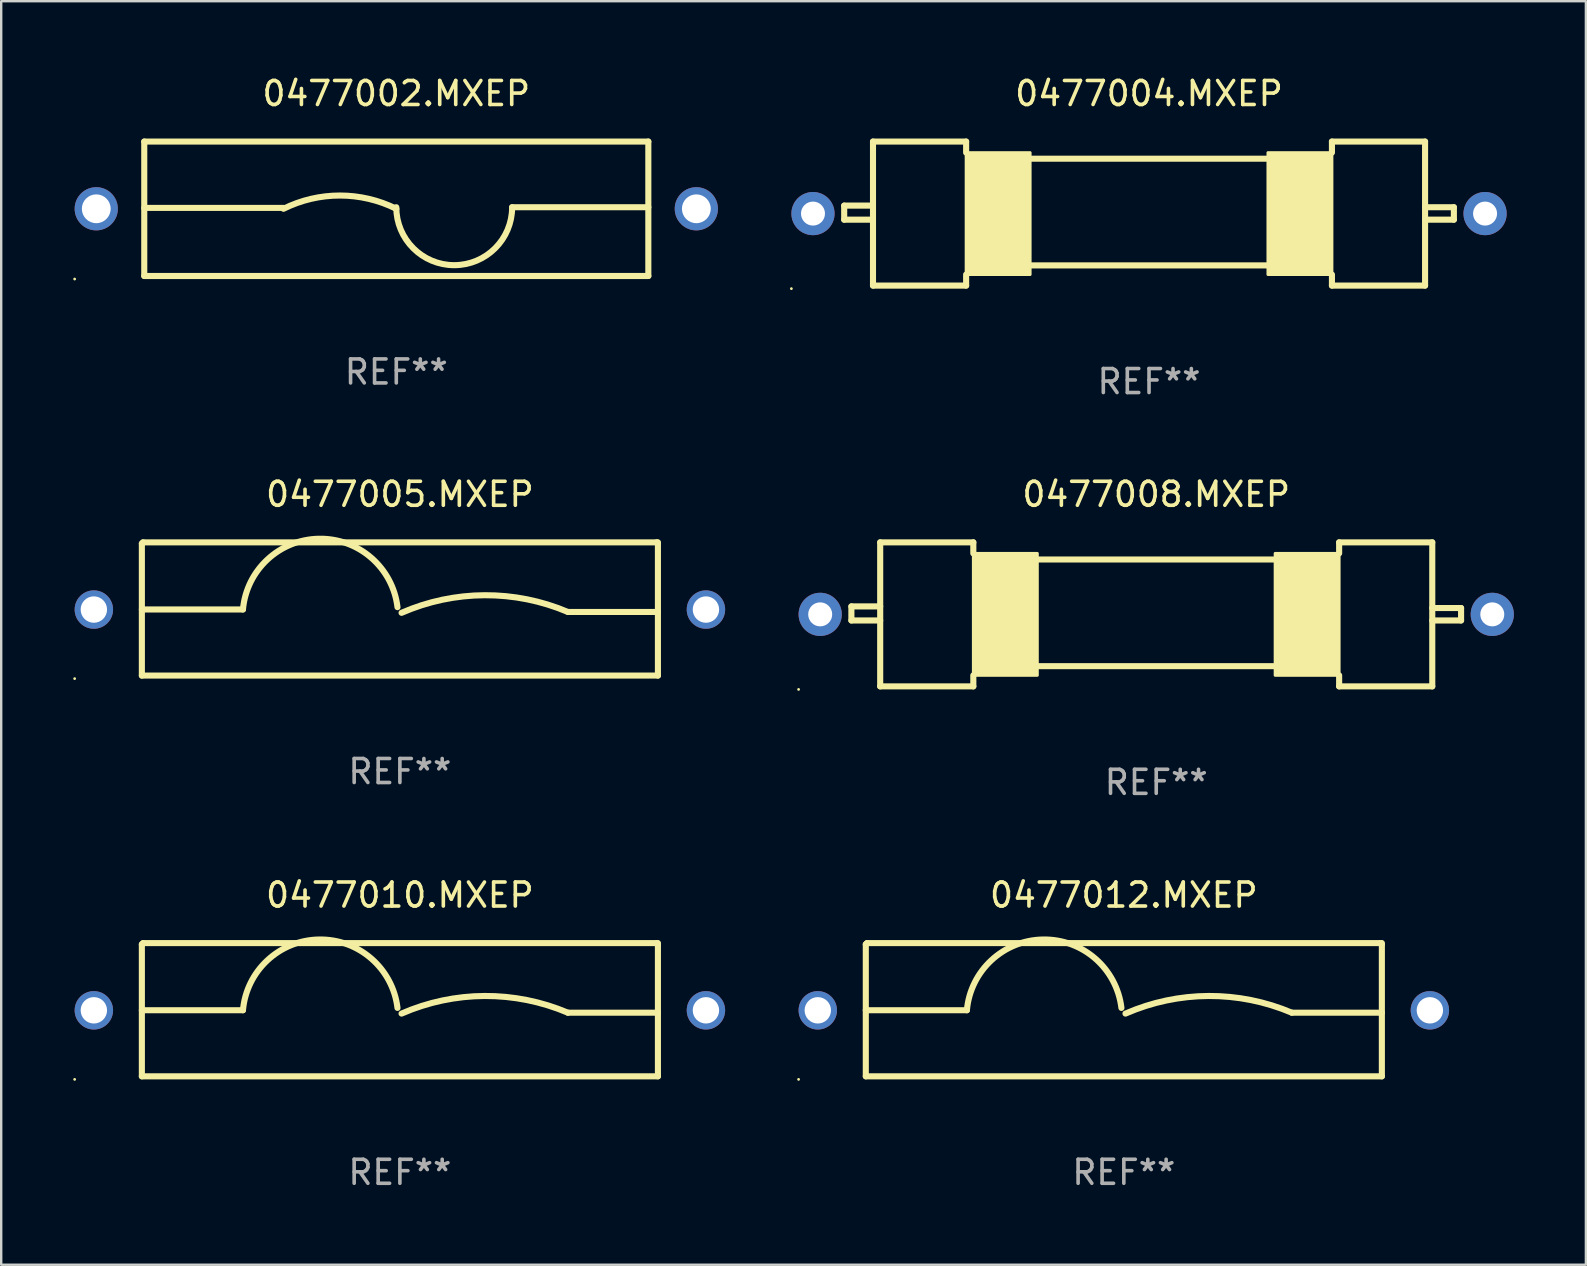
<source format=kicad_pcb>
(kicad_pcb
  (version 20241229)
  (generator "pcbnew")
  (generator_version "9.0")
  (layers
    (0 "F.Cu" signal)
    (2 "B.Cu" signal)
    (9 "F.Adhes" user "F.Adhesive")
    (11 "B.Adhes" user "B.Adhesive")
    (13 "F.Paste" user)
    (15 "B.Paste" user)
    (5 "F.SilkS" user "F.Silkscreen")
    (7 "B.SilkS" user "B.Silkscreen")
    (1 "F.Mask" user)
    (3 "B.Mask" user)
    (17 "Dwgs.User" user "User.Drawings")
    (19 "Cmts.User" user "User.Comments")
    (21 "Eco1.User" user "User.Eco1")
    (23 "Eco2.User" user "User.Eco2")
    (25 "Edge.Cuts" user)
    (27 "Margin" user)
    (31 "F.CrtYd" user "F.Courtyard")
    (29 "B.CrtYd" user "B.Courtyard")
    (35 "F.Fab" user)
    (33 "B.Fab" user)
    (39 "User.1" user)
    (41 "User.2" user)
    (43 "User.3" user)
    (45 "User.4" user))
  (footprint "0477005.MXEP"
    (layer "F.Cu")
    (at 13.61 22.32)
    (property "Reference" "0477005.MXEP" (at 0 -4.775 0) (layer "F.SilkS") (effects (font (size 1 1) (thickness 0.15))))
    (attr through_hole)
    (fp_line (start -10.75 -2.725) (end -10.7 -2.775) (stroke (width 0.254) (type solid)) (layer "F.SilkS"))
    (fp_line (start -10.75 2.775) (end -10.75 -2.725) (stroke (width 0.254) (type solid)) (layer "F.SilkS"))
    (fp_line (start -10.75 2.775) (end 10.75 2.775) (stroke (width 0.254) (type solid)) (layer "F.SilkS"))
    (fp_line (start -10.7 -2.775) (end 10.7 -2.775) (stroke (width 0.254) (type solid)) (layer "F.SilkS"))
    (fp_line (start -6.538 0.021) (end -10.75 0.021) (stroke (width 0.254) (type solid)) (layer "F.SilkS"))
    (fp_line (start 7 0.125) (end 10.75 0.125) (stroke (width 0.254) (type solid)) (layer "F.SilkS"))
    (fp_line (start 10.7 -2.775) (end 10.75 -2.725) (stroke (width 0.254) (type solid)) (layer "F.SilkS"))
    (fp_line (start 10.75 2.775) (end 10.75 -2.775) (stroke (width 0.254) (type solid)) (layer "F.SilkS"))
    (fp_arc (start -6.538277 0.020573) (mid -3.362163 -2.925392) (end -0.1 -0.075006) (stroke (width 0.254001) (type solid)) (layer "F.SilkS"))
    (fp_arc (start 0.069571 0.160528) (mid 3.531132 -0.572293) (end 7.000025 0.124994) (stroke (width 0.254001) (type solid)) (layer "F.SilkS"))
    (fp_circle (center -13.55 2.902) (end -13.52 2.902) (stroke (width 0.06) (type solid)) (fill no) (layer "F.SilkS"))
    (fp_text user "REF**" (at 0 6.775 0) (layer "F.Fab") (effects (font (size 1 1) (thickness 0.15))))
    (pad "1" thru_hole circle (at -12.75 0.025) (size 1.6 1.6) (drill 1.1) (layers "*.Cu" "*.Mask"))
    (pad "2" thru_hole circle (at 12.75 0.025) (size 1.6 1.6) (drill 1.1) (layers "*.Cu" "*.Mask")))
  (footprint "0477002.MXEP"
    (layer "F.Cu")
    (at 13.46 5.648)
    (property "Reference" "0477002.MXEP" (at 0 -4.8 0) (layer "F.SilkS") (effects (font (size 1 1) (thickness 0.15))))
    (attr through_hole)
    (fp_line (start -10.5 -2.8) (end 10.5 -2.8) (stroke (width 0.254) (type solid)) (layer "F.SilkS"))
    (fp_line (start -10.5 -0.037) (end -4.699 -0.037) (stroke (width 0.254) (type solid)) (layer "F.SilkS"))
    (fp_line (start -10.5 2.8) (end -10.5 -2.8) (stroke (width 0.254) (type solid)) (layer "F.SilkS"))
    (fp_line (start -10.5 2.8) (end 10.5 2.8) (stroke (width 0.254) (type solid)) (layer "F.SilkS"))
    (fp_line (start 4.826 -0.064) (end 10.5 -0.064) (stroke (width 0.254) (type solid)) (layer "F.SilkS"))
    (fp_line (start 10.5 2.8) (end 10.5 -2.8) (stroke (width 0.254) (type solid)) (layer "F.SilkS"))
    (fp_arc (start -4.699009 0) (mid -2.349505 -0.552287) (end 0 0) (stroke (width 0.254001) (type solid)) (layer "F.SilkS"))
    (fp_arc (start 4.82601 -0.063551) (mid 2.413005 2.349454) (end 0 -0.063551) (stroke (width 0.254001) (type solid)) (layer "F.SilkS"))
    (fp_circle (center -13.4 2.927) (end -13.37 2.927) (stroke (width 0.06) (type solid)) (fill no) (layer "F.SilkS"))
    (fp_text user "REF**" (at 0 6.8 0) (layer "F.Fab") (effects (font (size 1 1) (thickness 0.15))))
    (pad "1" thru_hole circle (at -12.5 0) (size 1.8 1.8) (drill 1.2) (layers "*.Cu" "*.Mask"))
    (pad "2" thru_hole circle (at 12.5 0) (size 1.8 1.8) (drill 1.2) (layers "*.Cu" "*.Mask")))
  (footprint "0477012.MXEP"
    (layer "F.Cu")
    (at 43.77 39.016)
    (property "Reference" "0477012.MXEP" (at 0 -4.775 0) (layer "F.SilkS") (effects (font (size 1 1) (thickness 0.15))))
    (attr through_hole)
    (fp_line (start -10.75 -2.725) (end -10.7 -2.775) (stroke (width 0.254) (type solid)) (layer "F.SilkS"))
    (fp_line (start -10.75 2.775) (end -10.75 -2.725) (stroke (width 0.254) (type solid)) (layer "F.SilkS"))
    (fp_line (start -10.75 2.775) (end 10.75 2.775) (stroke (width 0.254) (type solid)) (layer "F.SilkS"))
    (fp_line (start -10.7 -2.775) (end 10.7 -2.775) (stroke (width 0.254) (type solid)) (layer "F.SilkS"))
    (fp_line (start -6.538 0.021) (end -10.75 0.021) (stroke (width 0.254) (type solid)) (layer "F.SilkS"))
    (fp_line (start 7 0.125) (end 10.75 0.125) (stroke (width 0.254) (type solid)) (layer "F.SilkS"))
    (fp_line (start 10.7 -2.775) (end 10.75 -2.725) (stroke (width 0.254) (type solid)) (layer "F.SilkS"))
    (fp_line (start 10.75 2.775) (end 10.75 -2.775) (stroke (width 0.254) (type solid)) (layer "F.SilkS"))
    (fp_arc (start -6.538277 0.020573) (mid -3.362163 -2.925392) (end -0.1 -0.075006) (stroke (width 0.254001) (type solid)) (layer "F.SilkS"))
    (fp_arc (start 0.069571 0.160528) (mid 3.531132 -0.572293) (end 7.000025 0.124994) (stroke (width 0.254001) (type solid)) (layer "F.SilkS"))
    (fp_circle (center -13.55 2.902) (end -13.52 2.902) (stroke (width 0.06) (type solid)) (fill no) (layer "F.SilkS"))
    (fp_text user "REF**" (at 0 6.775 0) (layer "F.Fab") (effects (font (size 1 1) (thickness 0.15))))
    (pad "1" thru_hole circle (at -12.75 0.025) (size 1.6 1.6) (drill 1.1) (layers "*.Cu" "*.Mask"))
    (pad "2" thru_hole circle (at 12.75 0.025) (size 1.6 1.6) (drill 1.1) (layers "*.Cu" "*.Mask")))
  (footprint "0477008.MXEP"
    (layer "F.Cu")
    (at 45.12 22.545)
    (property "Reference" "0477008.MXEP" (at 0 -5 0) (layer "F.SilkS") (effects (font (size 1 1) (thickness 0.15))))
    (attr through_hole)
    (fp_line (start -12.7 -0.332) (end -12.7 0.254) (stroke (width 0.254) (type solid)) (layer "F.SilkS"))
    (fp_line (start -12.7 0.254) (end -11.5 0.254) (stroke (width 0.254) (type solid)) (layer "F.SilkS"))
    (fp_line (start -11.5 -3) (end -11.5 3) (stroke (width 0.254) (type solid)) (layer "F.SilkS"))
    (fp_line (start -11.5 -3) (end -7.62 -3) (stroke (width 0.254) (type solid)) (layer "F.SilkS"))
    (fp_line (start -11.5 -0.332) (end -12.7 -0.332) (stroke (width 0.254) (type solid)) (layer "F.SilkS"))
    (fp_line (start -7.62 -2.54) (end -7.62 -3) (stroke (width 0.254) (type solid)) (layer "F.SilkS"))
    (fp_line (start -7.62 2.54) (end -7.62 3) (stroke (width 0.254) (type solid)) (layer "F.SilkS"))
    (fp_line (start -7.62 3) (end -11.5 3) (stroke (width 0.254) (type solid)) (layer "F.SilkS"))
    (fp_line (start -4.953 -2.286) (end 4.953 -2.286) (stroke (width 0.254) (type solid)) (layer "F.SilkS"))
    (fp_line (start -4.953 2.159) (end 4.953 2.159) (stroke (width 0.254) (type solid)) (layer "F.SilkS"))
    (fp_line (start 7.62 -3) (end 11.5 -3) (stroke (width 0.254) (type solid)) (layer "F.SilkS"))
    (fp_line (start 7.62 -2.54) (end 7.62 -3) (stroke (width 0.254) (type solid)) (layer "F.SilkS"))
    (fp_line (start 7.62 2.54) (end 7.62 3) (stroke (width 0.254) (type solid)) (layer "F.SilkS"))
    (fp_line (start 7.62 3) (end 11.5 3) (stroke (width 0.254) (type solid)) (layer "F.SilkS"))
    (fp_line (start 11.5 -3) (end 11.5 3) (stroke (width 0.254) (type solid)) (layer "F.SilkS"))
    (fp_line (start 11.5 -0.264) (end 12.7 -0.264) (stroke (width 0.254) (type solid)) (layer "F.SilkS"))
    (fp_line (start 12.7 -0.264) (end 12.7 0.254) (stroke (width 0.254) (type solid)) (layer "F.SilkS"))
    (fp_line (start 12.7 0.254) (end 11.5 0.254) (stroke (width 0.254) (type solid)) (layer "F.SilkS"))
    (fp_circle (center -14.9 3.127) (end -14.87 3.127) (stroke (width 0.06) (type solid)) (fill no) (layer "F.SilkS"))
    (fp_poly (pts (xy -7.62 -2.54) (xy -4.953 -2.54) (xy -4.953 2.54) (xy -7.62 2.54)) (stroke (width 0.12) (type solid)) (fill yes) (layer "F.SilkS"))
    (fp_poly (pts (xy 4.953 -2.54) (xy 7.62 -2.54) (xy 7.62 2.54) (xy 4.953 2.54)) (stroke (width 0.12) (type solid)) (fill yes) (layer "F.SilkS"))
    (fp_text user "REF**" (at 0 7 0) (layer "F.Fab") (effects (font (size 1 1) (thickness 0.15))))
    (pad "1" thru_hole circle (at -14 0) (size 1.8 1.8) (drill 1) (layers "*.Cu" "*.Mask"))
    (pad "2" thru_hole circle (at 14 0) (size 1.8 1.8) (drill 1) (layers "*.Cu" "*.Mask")))
  (footprint "0477010.MXEP"
    (layer "F.Cu")
    (at 13.61 39.016)
    (property "Reference" "0477010.MXEP" (at 0 -4.775 0) (layer "F.SilkS") (effects (font (size 1 1) (thickness 0.15))))
    (attr through_hole)
    (fp_line (start -10.75 -2.725) (end -10.7 -2.775) (stroke (width 0.254) (type solid)) (layer "F.SilkS"))
    (fp_line (start -10.75 2.775) (end -10.75 -2.725) (stroke (width 0.254) (type solid)) (layer "F.SilkS"))
    (fp_line (start -10.75 2.775) (end 10.75 2.775) (stroke (width 0.254) (type solid)) (layer "F.SilkS"))
    (fp_line (start -10.7 -2.775) (end 10.7 -2.775) (stroke (width 0.254) (type solid)) (layer "F.SilkS"))
    (fp_line (start -6.538 0.021) (end -10.75 0.021) (stroke (width 0.254) (type solid)) (layer "F.SilkS"))
    (fp_line (start 7 0.125) (end 10.75 0.125) (stroke (width 0.254) (type solid)) (layer "F.SilkS"))
    (fp_line (start 10.7 -2.775) (end 10.75 -2.725) (stroke (width 0.254) (type solid)) (layer "F.SilkS"))
    (fp_line (start 10.75 2.775) (end 10.75 -2.775) (stroke (width 0.254) (type solid)) (layer "F.SilkS"))
    (fp_arc (start -6.538277 0.020573) (mid -3.362163 -2.925392) (end -0.1 -0.075006) (stroke (width 0.254001) (type solid)) (layer "F.SilkS"))
    (fp_arc (start 0.069571 0.160528) (mid 3.531132 -0.572293) (end 7.000025 0.124994) (stroke (width 0.254001) (type solid)) (layer "F.SilkS"))
    (fp_circle (center -13.55 2.902) (end -13.52 2.902) (stroke (width 0.06) (type solid)) (fill no) (layer "F.SilkS"))
    (fp_text user "REF**" (at 0 6.775 0) (layer "F.Fab") (effects (font (size 1 1) (thickness 0.15))))
    (pad "1" thru_hole circle (at -12.75 0.025) (size 1.6 1.6) (drill 1.1) (layers "*.Cu" "*.Mask"))
    (pad "2" thru_hole circle (at 12.75 0.025) (size 1.6 1.6) (drill 1.1) (layers "*.Cu" "*.Mask")))
  (footprint "0477004.MXEP"
    (layer "F.Cu")
    (at 44.82 5.848)
    (property "Reference" "0477004.MXEP" (at 0 -5 0) (layer "F.SilkS") (effects (font (size 1 1) (thickness 0.15))))
    (attr through_hole)
    (fp_line (start -12.7 -0.332) (end -12.7 0.254) (stroke (width 0.254) (type solid)) (layer "F.SilkS"))
    (fp_line (start -12.7 0.254) (end -11.5 0.254) (stroke (width 0.254) (type solid)) (layer "F.SilkS"))
    (fp_line (start -11.5 -3) (end -11.5 3) (stroke (width 0.254) (type solid)) (layer "F.SilkS"))
    (fp_line (start -11.5 -3) (end -7.62 -3) (stroke (width 0.254) (type solid)) (layer "F.SilkS"))
    (fp_line (start -11.5 -0.332) (end -12.7 -0.332) (stroke (width 0.254) (type solid)) (layer "F.SilkS"))
    (fp_line (start -7.62 -2.54) (end -7.62 -3) (stroke (width 0.254) (type solid)) (layer "F.SilkS"))
    (fp_line (start -7.62 2.54) (end -7.62 3) (stroke (width 0.254) (type solid)) (layer "F.SilkS"))
    (fp_line (start -7.62 3) (end -11.5 3) (stroke (width 0.254) (type solid)) (layer "F.SilkS"))
    (fp_line (start -4.953 -2.286) (end 4.953 -2.286) (stroke (width 0.254) (type solid)) (layer "F.SilkS"))
    (fp_line (start -4.953 2.159) (end 4.953 2.159) (stroke (width 0.254) (type solid)) (layer "F.SilkS"))
    (fp_line (start 7.62 -3) (end 11.5 -3) (stroke (width 0.254) (type solid)) (layer "F.SilkS"))
    (fp_line (start 7.62 -2.54) (end 7.62 -3) (stroke (width 0.254) (type solid)) (layer "F.SilkS"))
    (fp_line (start 7.62 2.54) (end 7.62 3) (stroke (width 0.254) (type solid)) (layer "F.SilkS"))
    (fp_line (start 7.62 3) (end 11.5 3) (stroke (width 0.254) (type solid)) (layer "F.SilkS"))
    (fp_line (start 11.5 -3) (end 11.5 3) (stroke (width 0.254) (type solid)) (layer "F.SilkS"))
    (fp_line (start 11.5 -0.264) (end 12.7 -0.264) (stroke (width 0.254) (type solid)) (layer "F.SilkS"))
    (fp_line (start 12.7 -0.264) (end 12.7 0.254) (stroke (width 0.254) (type solid)) (layer "F.SilkS"))
    (fp_line (start 12.7 0.254) (end 11.5 0.254) (stroke (width 0.254) (type solid)) (layer "F.SilkS"))
    (fp_circle (center -14.9 3.127) (end -14.87 3.127) (stroke (width 0.06) (type solid)) (fill no) (layer "F.SilkS"))
    (fp_poly (pts (xy -7.62 -2.54) (xy -4.953 -2.54) (xy -4.953 2.54) (xy -7.62 2.54)) (stroke (width 0.12) (type solid)) (fill yes) (layer "F.SilkS"))
    (fp_poly (pts (xy 4.953 -2.54) (xy 7.62 -2.54) (xy 7.62 2.54) (xy 4.953 2.54)) (stroke (width 0.12) (type solid)) (fill yes) (layer "F.SilkS"))
    (fp_text user "REF**" (at 0 7 0) (layer "F.Fab") (effects (font (size 1 1) (thickness 0.15))))
    (pad "1" thru_hole circle (at -14 0) (size 1.8 1.8) (drill 1) (layers "*.Cu" "*.Mask"))
    (pad "2" thru_hole circle (at 14 0) (size 1.8 1.8) (drill 1) (layers "*.Cu" "*.Mask")))
  (gr_rect
    (start -3 -3)
    (end 63.02 49.64)
    (stroke (width 0.1) (type default))
    (fill no)
    (layer "Edge.Cuts")))
</source>
